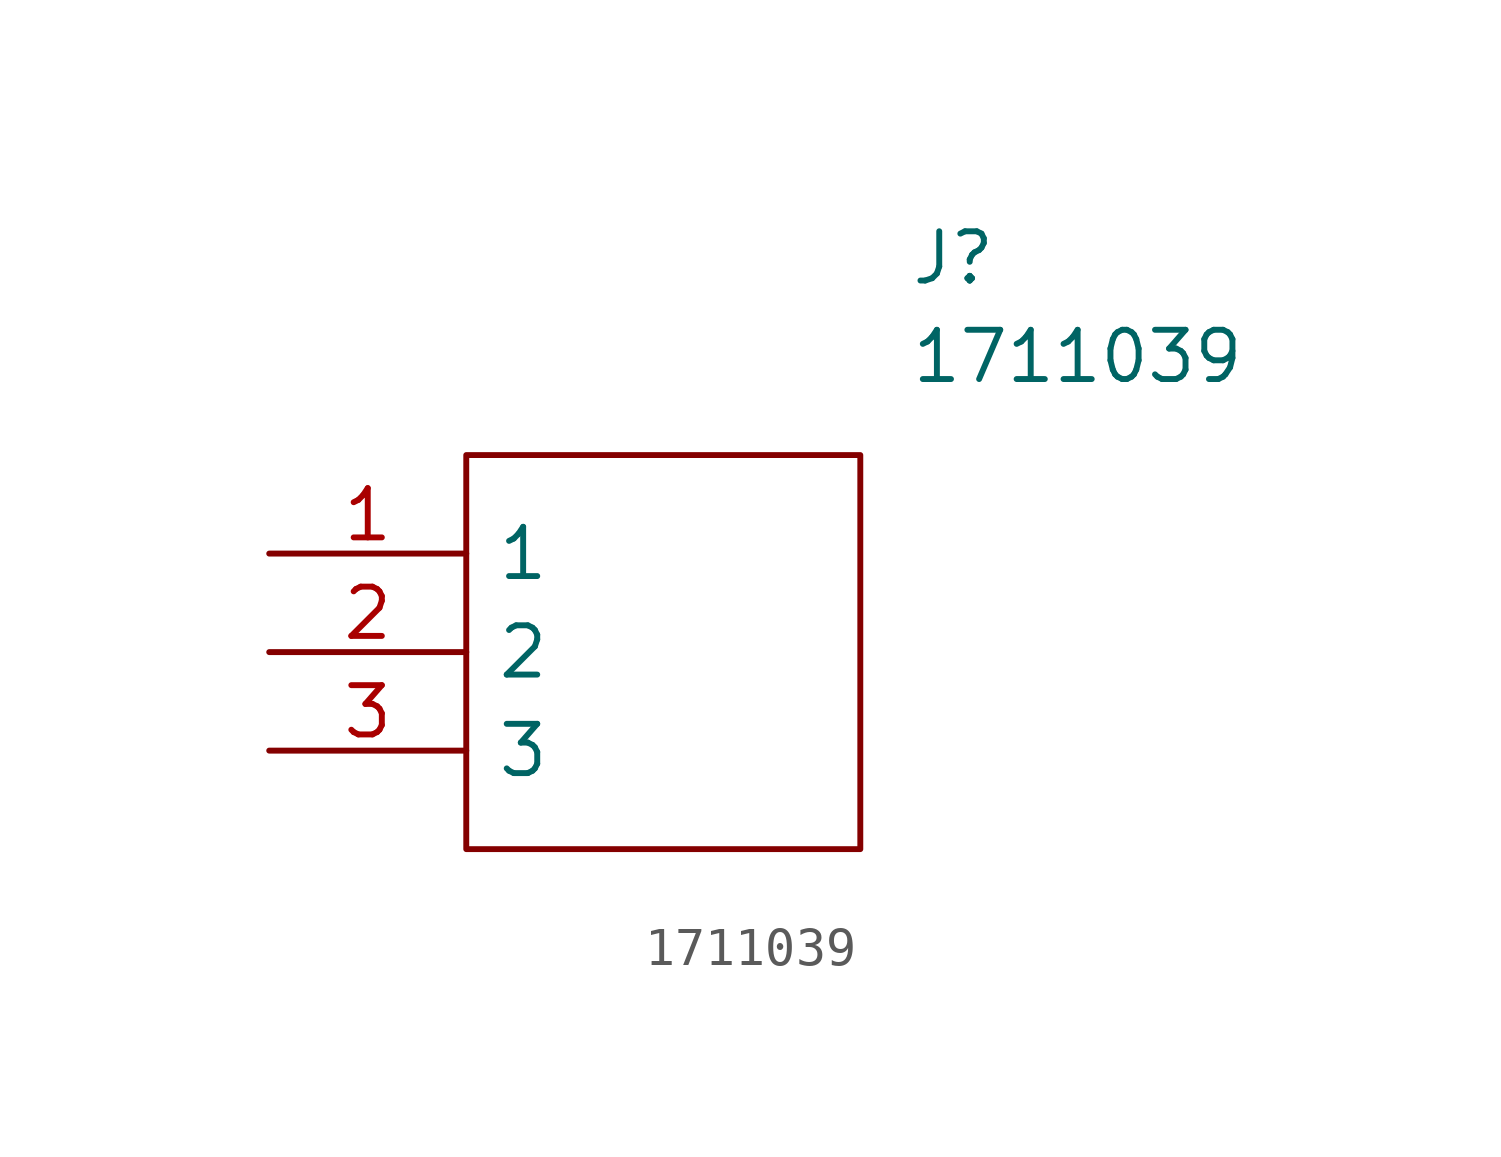
<source format=kicad_sym>
(kicad_symbol_lib
  (version 20211014)
  (generator kicad_symbol_editor)
  (symbol "1711039"
    (pin_names
      (offset 0.762))
    (property "Reference" "J"
      (at 16.51 7.62 0)
      (effects (font (size 1.27 1.27)) (justify left)))
    (property "Value" "1711039"
      (at 16.51 5.08 0)
      (effects (font (size 1.27 1.27)) (justify left)))
    (symbol "1711039_0_0"
      (pin passive line (at 0 0 0) (length 5.08) (name "1" (effects (font (size 1.27 1.27)))) (number "1" (effects (font (size 1.27 1.27)))))
      (pin passive line (at 0 -2.54 0) (length 5.08) (name "2" (effects (font (size 1.27 1.27)))) (number "2" (effects (font (size 1.27 1.27)))))
      (pin passive line (at 0 -5.08 0) (length 5.08) (name "3" (effects (font (size 1.27 1.27)))) (number "3" (effects (font (size 1.27 1.27))))))
    (symbol "1711039_0_1"
      (polyline (pts (xy 5.08 2.54) (xy 15.24 2.54) (xy 15.24 -7.62) (xy 5.08 -7.62) (xy 5.08 2.54)) (stroke (width 0.152) (type default) (color 0 0 0 0)) (fill (type none))))))
</source>
